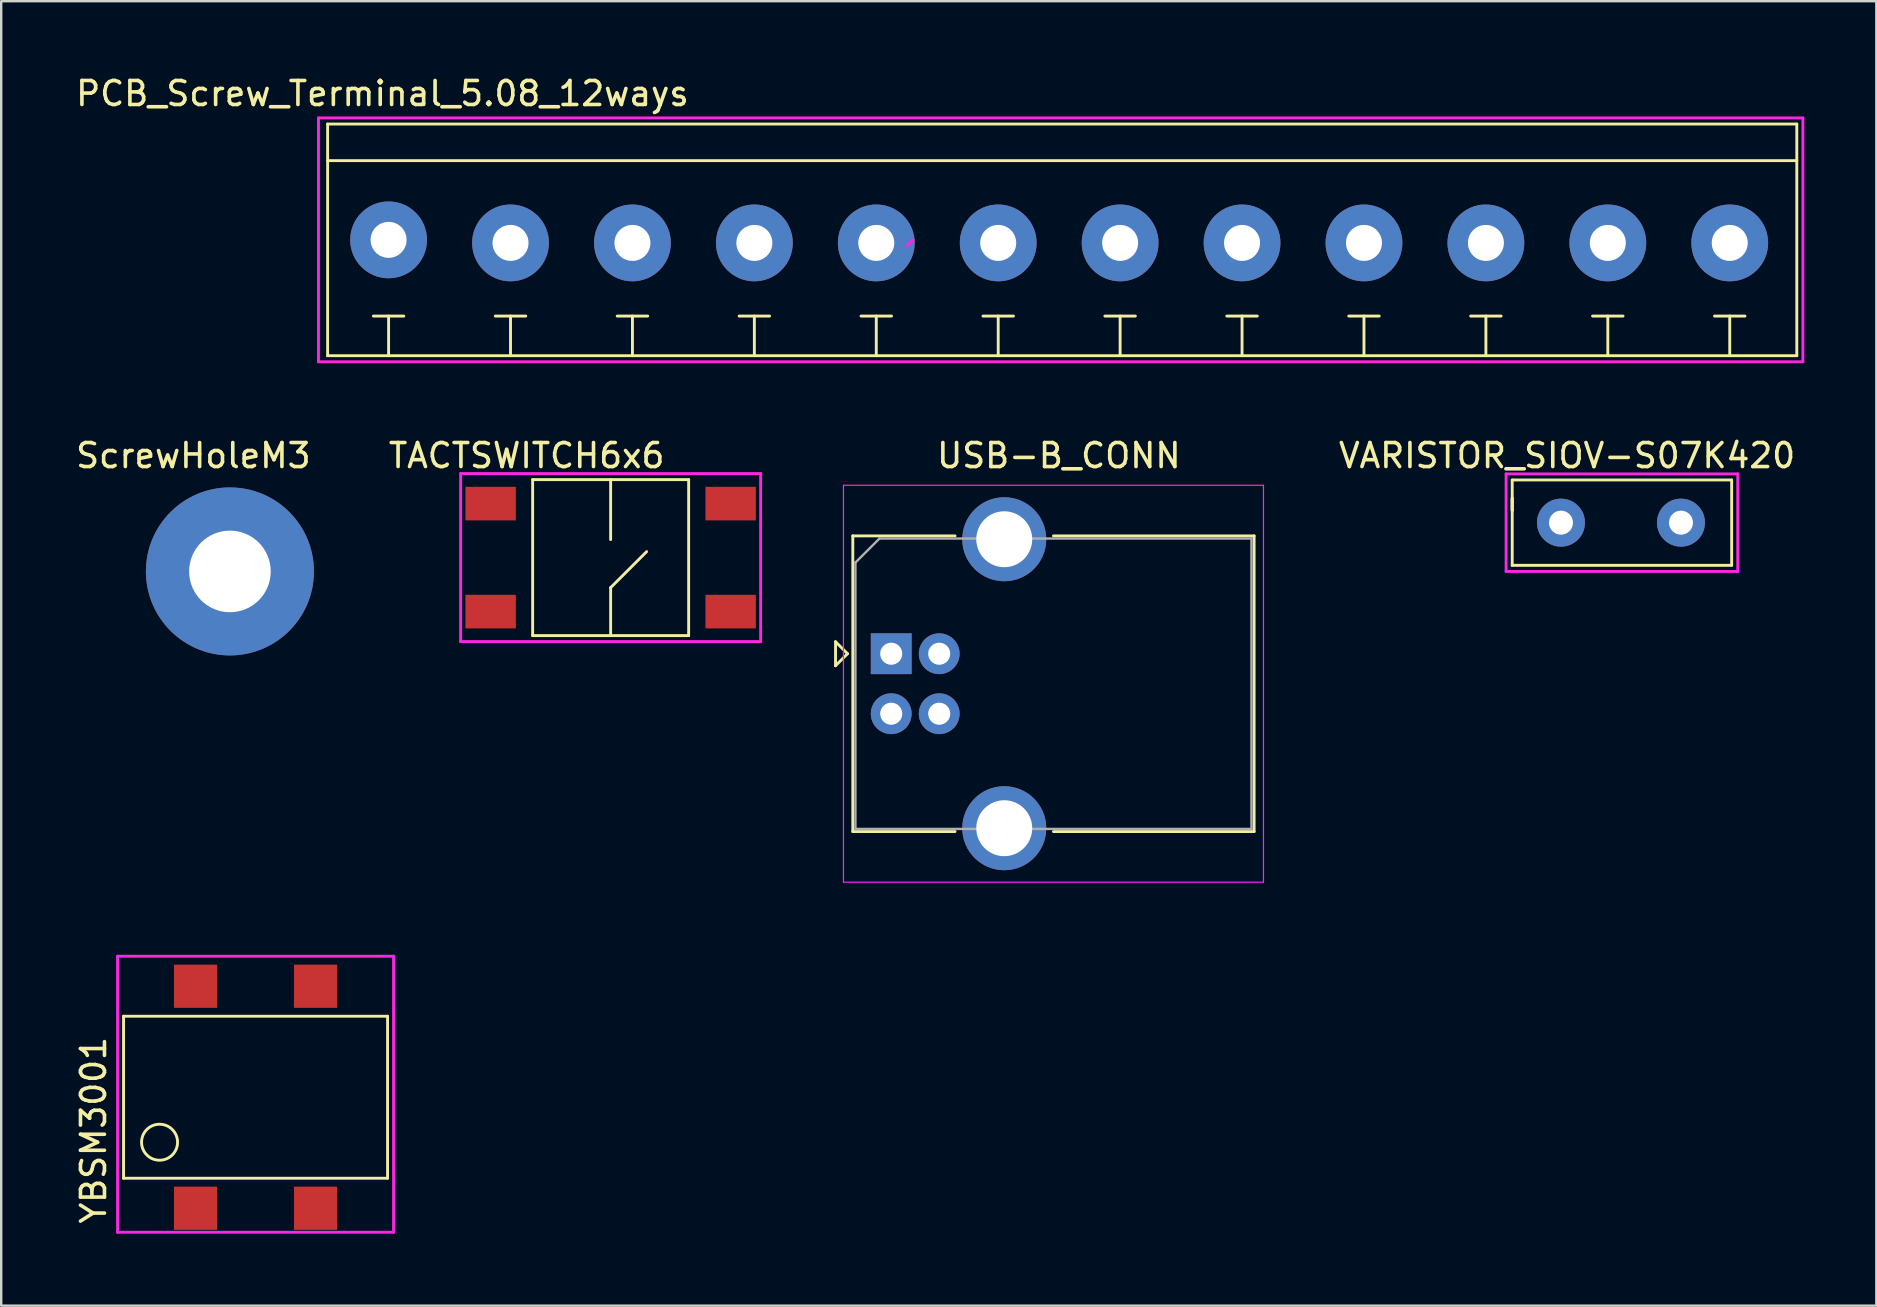
<source format=kicad_pcb>
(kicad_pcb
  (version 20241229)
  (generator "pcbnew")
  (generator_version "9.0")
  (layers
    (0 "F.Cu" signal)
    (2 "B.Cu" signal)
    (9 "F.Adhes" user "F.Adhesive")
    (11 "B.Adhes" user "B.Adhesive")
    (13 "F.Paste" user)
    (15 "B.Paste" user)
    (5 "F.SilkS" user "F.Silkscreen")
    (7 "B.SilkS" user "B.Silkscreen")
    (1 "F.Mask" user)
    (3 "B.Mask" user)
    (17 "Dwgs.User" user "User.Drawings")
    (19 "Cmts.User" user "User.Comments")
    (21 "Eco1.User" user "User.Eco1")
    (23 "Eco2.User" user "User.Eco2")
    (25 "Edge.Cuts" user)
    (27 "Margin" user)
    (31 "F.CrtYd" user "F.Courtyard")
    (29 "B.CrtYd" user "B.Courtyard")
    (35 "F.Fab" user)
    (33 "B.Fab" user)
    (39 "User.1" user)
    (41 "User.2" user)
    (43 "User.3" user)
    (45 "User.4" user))
  (footprint "USB-B_CONN"
    (layer "F.Cu")
    (at 34.083 24.188)
    (property "Reference" "USB-B_CONN" (at 6.985 -8.255 0) (layer "F.SilkS") (effects (font (size 1 1) (thickness 0.15))))
    (attr through_hole)
    (fp_line (start -2.32 -0.5) (end -2.32 0.5) (stroke (width 0.12) (type solid)) (layer "F.SilkS"))
    (fp_line (start -2.32 0.5) (end -1.82 0) (stroke (width 0.12) (type solid)) (layer "F.SilkS"))
    (fp_line (start -1.82 0) (end -2.32 -0.5) (stroke (width 0.12) (type solid)) (layer "F.SilkS"))
    (fp_line (start -1.6 -4.91) (end -1.6 7.41) (stroke (width 0.12) (type solid)) (layer "F.SilkS"))
    (fp_line (start -1.6 7.41) (end 2.66 7.41) (stroke (width 0.12) (type solid)) (layer "F.SilkS"))
    (fp_line (start 2.66 -4.91) (end -1.6 -4.91) (stroke (width 0.12) (type solid)) (layer "F.SilkS"))
    (fp_line (start 6.76 -4.91) (end 15.12 -4.91) (stroke (width 0.12) (type solid)) (layer "F.SilkS"))
    (fp_line (start 15.12 -4.91) (end 15.12 7.41) (stroke (width 0.12) (type solid)) (layer "F.SilkS"))
    (fp_line (start 15.12 7.41) (end 6.76 7.41) (stroke (width 0.12) (type solid)) (layer "F.SilkS"))
    (fp_line (start -1.99 -7.02) (end -1.99 9.52) (stroke (width 0.05) (type solid)) (layer "F.CrtYd"))
    (fp_line (start -1.99 9.52) (end 15.51 9.52) (stroke (width 0.05) (type solid)) (layer "F.CrtYd"))
    (fp_line (start 15.51 -7.02) (end -1.99 -7.02) (stroke (width 0.05) (type solid)) (layer "F.CrtYd"))
    (fp_line (start 15.51 9.52) (end 15.51 -7.02) (stroke (width 0.05) (type solid)) (layer "F.CrtYd"))
    (fp_line (start -1.49 -3.8) (end -0.49 -4.8) (stroke (width 0.1) (type solid)) (layer "F.Fab"))
    (fp_line (start -1.49 7.3) (end -1.49 -3.8) (stroke (width 0.1) (type solid)) (layer "F.Fab"))
    (fp_line (start -0.49 -4.8) (end 15.01 -4.8) (stroke (width 0.1) (type solid)) (layer "F.Fab"))
    (fp_line (start 15.01 -4.8) (end 15.01 7.3) (stroke (width 0.1) (type solid)) (layer "F.Fab"))
    (fp_line (start 15.01 7.3) (end -1.49 7.3) (stroke (width 0.1) (type solid)) (layer "F.Fab"))
    (pad "1" thru_hole rect (at 0 0) (size 1.7 1.7) (drill 0.92) (layers "*.Cu" "*.Mask"))
    (pad "2" thru_hole circle (at 0 2.5) (size 1.7 1.7) (drill 0.92) (layers "*.Cu" "*.Mask"))
    (pad "3" thru_hole circle (at 2 2.5) (size 1.7 1.7) (drill 0.92) (layers "*.Cu" "*.Mask"))
    (pad "4" thru_hole circle (at 2 0) (size 1.7 1.7) (drill 0.92) (layers "*.Cu" "*.Mask"))
    (pad "5" thru_hole circle (at 4.71 -4.77) (size 3.5 3.5) (drill 2.33) (layers "*.Cu" "*.Mask"))
    (pad "5" thru_hole circle (at 4.71 7.27) (size 3.5 3.5) (drill 2.33) (layers "*.Cu" "*.Mask")))
  (footprint "YBSM3001"
    (layer "F.Cu")
    (at 5.098 47.292)
    (property "Reference" "YBSM3001" (at -4.25 -3.25 90) (layer "F.SilkS") (effects (font (size 1 1) (thickness 0.15))))
    (attr through_hole)
    (fp_line (start -3 -8) (end -3 -1.25) (stroke (width 0.12) (type solid)) (layer "F.SilkS"))
    (fp_line (start -3 -1.25) (end 8 -1.25) (stroke (width 0.12) (type solid)) (layer "F.SilkS"))
    (fp_line (start 8 -8) (end -3 -8) (stroke (width 0.12) (type solid)) (layer "F.SilkS"))
    (fp_line (start 8 -1.25) (end 8 -8) (stroke (width 0.12) (type solid)) (layer "F.SilkS"))
    (fp_circle (center -1.5 -2.75) (end -1.5 -2) (stroke (width 0.12) (type solid)) (fill no) (layer "F.SilkS"))
    (fp_line (start -3.25 -10.5) (end -3.25 1) (stroke (width 0.12) (type solid)) (layer "F.CrtYd"))
    (fp_line (start -3.25 1) (end 8.25 1) (stroke (width 0.12) (type solid)) (layer "F.CrtYd"))
    (fp_line (start 8.25 -10.5) (end -3.25 -10.5) (stroke (width 0.12) (type solid)) (layer "F.CrtYd"))
    (fp_line (start 8.25 1) (end 8.25 -10.5) (stroke (width 0.12) (type solid)) (layer "F.CrtYd"))
    (pad "1" smd rect (at 0 0) (size 1.8 1.8) (layers "F.Cu" "F.Mask" "F.Paste"))
    (pad "2" smd rect (at 5 0) (size 1.8 1.8) (layers "F.Cu" "F.Mask" "F.Paste"))
    (pad "3" smd rect (at 5 -9.25) (size 1.8 1.8) (layers "F.Cu" "F.Mask" "F.Paste"))
    (pad "4" smd rect (at 0 -9.25) (size 1.8 1.8) (layers "F.Cu" "F.Mask" "F.Paste")))
  (footprint "ScrewHoleM3"
    (layer "F.Cu")
    (at 6.53 20.759)
    (property "Reference" "ScrewHoleM3" (at -1.524 -4.826 0) (layer "F.SilkS") (effects (font (size 1 1) (thickness 0.15))))
    (attr through_hole)
    (pad "1" thru_hole circle (at 0 0) (size 7 7) (drill 3.4) (layers "*.Cu" "*.Mask")))
  (footprint "VARISTOR_SIOV-S07K420"
    (layer "F.Cu")
    (at 61.989 18.727)
    (property "Reference" "VARISTOR_SIOV-S07K420" (at 0.254 -2.794 0) (layer "F.SilkS") (effects (font (size 1 1) (thickness 0.15))))
    (attr through_hole)
    (fp_line (start -2.032 -1.778) (end 7.112 -1.778) (stroke (width 0.12) (type solid)) (layer "F.SilkS"))
    (fp_line (start -2.032 -1.016) (end -2.032 -0.508) (stroke (width 0.12) (type solid)) (layer "F.SilkS"))
    (fp_line (start -2.032 -0.508) (end -2.032 -1.016) (stroke (width 0.12) (type solid)) (layer "F.SilkS"))
    (fp_line (start -2.032 1.778) (end -2.032 -1.778) (stroke (width 0.12) (type solid)) (layer "F.SilkS"))
    (fp_line (start 7.112 -1.778) (end 7.112 1.778) (stroke (width 0.12) (type solid)) (layer "F.SilkS"))
    (fp_line (start 7.112 1.778) (end -2.032 1.778) (stroke (width 0.12) (type solid)) (layer "F.SilkS"))
    (fp_line (start -2.286 -2.032) (end 7.366 -2.032) (stroke (width 0.12) (type solid)) (layer "F.CrtYd"))
    (fp_line (start -2.286 2.032) (end -2.286 -2.032) (stroke (width 0.12) (type solid)) (layer "F.CrtYd"))
    (fp_line (start 7.366 -2.032) (end 7.366 2.032) (stroke (width 0.12) (type solid)) (layer "F.CrtYd"))
    (fp_line (start 7.366 2.032) (end -2.286 2.032) (stroke (width 0.12) (type solid)) (layer "F.CrtYd"))
    (pad "1" thru_hole circle (at 0 0) (size 2 2) (drill 1) (layers "*.Cu" "*.Mask"))
    (pad "2" thru_hole circle (at 5 0) (size 2 2) (drill 1) (layers "*.Cu" "*.Mask")))
  (footprint "TACTSWITCH6x6"
    (layer "F.Cu")
    (at 22.393 20.433)
    (property "Reference" "TACTSWITCH6x6" (at -3.5 -4.5 0) (layer "F.SilkS") (effects (font (size 1 1) (thickness 0.15))))
    (attr through_hole)
    (fp_line (start -3.25 -3.5) (end -3.25 3) (stroke (width 0.12) (type solid)) (layer "F.SilkS"))
    (fp_line (start -3.25 -3.5) (end 3.25 -3.5) (stroke (width 0.12) (type solid)) (layer "F.SilkS"))
    (fp_line (start -3.25 3) (end 3.25 3) (stroke (width 0.12) (type solid)) (layer "F.SilkS"))
    (fp_line (start 0 -3.5) (end 0 -1) (stroke (width 0.12) (type solid)) (layer "F.SilkS"))
    (fp_line (start 0 1) (end 1.5 -0.5) (stroke (width 0.12) (type solid)) (layer "F.SilkS"))
    (fp_line (start 0 3) (end 0 1) (stroke (width 0.12) (type solid)) (layer "F.SilkS"))
    (fp_line (start 3.25 3) (end 3.25 -3.5) (stroke (width 0.12) (type solid)) (layer "F.SilkS"))
    (fp_line (start -6.25 -3.75) (end 6.25 -3.75) (stroke (width 0.12) (type solid)) (layer "F.CrtYd"))
    (fp_line (start -6.25 3.25) (end -6.25 -3.75) (stroke (width 0.12) (type solid)) (layer "F.CrtYd"))
    (fp_line (start 6.25 -3.75) (end 6.25 3.25) (stroke (width 0.12) (type solid)) (layer "F.CrtYd"))
    (fp_line (start 6.25 3.25) (end -6.25 3.25) (stroke (width 0.12) (type solid)) (layer "F.CrtYd"))
    (pad "1" smd rect (at -5 2) (size 2.1 1.4) (layers "F.Cu" "F.Mask" "F.Paste"))
    (pad "1" smd rect (at 5 2) (size 2.1 1.4) (layers "F.Cu" "F.Mask" "F.Paste"))
    (pad "2" smd rect (at -5 -2.5) (size 2.1 1.4) (layers "F.Cu" "F.Mask" "F.Paste"))
    (pad "2" smd rect (at 5 -2.5) (size 2.1 1.4) (layers "F.Cu" "F.Mask" "F.Paste")))
  (footprint "PCB_Screw_Terminal_5.08_12ways"
    (layer "F.Cu")
    (at 13.141 6.944)
    (property "Reference" "PCB_Screw_Terminal_5.08_12ways" (at -0.254 -6.096 0) (layer "F.SilkS") (effects (font (size 1 1) (thickness 0.15))))
    (attr through_hole)
    (fp_line (start -2.54 -4.826) (end 58.674 -4.826) (stroke (width 0.12) (type solid)) (layer "F.SilkS"))
    (fp_line (start -2.54 4.826) (end -2.54 -4.826) (stroke (width 0.12) (type solid)) (layer "F.SilkS"))
    (fp_line (start -0.635 3.175) (end 0.635 3.175) (stroke (width 0.12) (type solid)) (layer "F.SilkS"))
    (fp_line (start 0 3.175) (end 0 4.826) (stroke (width 0.12) (type solid)) (layer "F.SilkS"))
    (fp_line (start 5.08 4.826) (end 5.08 3.175) (stroke (width 0.12) (type solid)) (layer "F.SilkS"))
    (fp_line (start 5.715 3.175) (end 4.445 3.175) (stroke (width 0.12) (type solid)) (layer "F.SilkS"))
    (fp_line (start 10.16 4.826) (end 10.16 3.175) (stroke (width 0.12) (type solid)) (layer "F.SilkS"))
    (fp_line (start 10.795 3.175) (end 9.525 3.175) (stroke (width 0.12) (type solid)) (layer "F.SilkS"))
    (fp_line (start 15.24 4.826) (end 15.24 3.175) (stroke (width 0.12) (type solid)) (layer "F.SilkS"))
    (fp_line (start 15.875 3.175) (end 14.605 3.175) (stroke (width 0.12) (type solid)) (layer "F.SilkS"))
    (fp_line (start 19.685 3.175) (end 20.955 3.175) (stroke (width 0.12) (type solid)) (layer "F.SilkS"))
    (fp_line (start 20.32 3.175) (end 20.32 4.826) (stroke (width 0.12) (type solid)) (layer "F.SilkS"))
    (fp_line (start 25.4 4.826) (end 25.4 3.175) (stroke (width 0.12) (type solid)) (layer "F.SilkS"))
    (fp_line (start 26.035 3.175) (end 24.765 3.175) (stroke (width 0.12) (type solid)) (layer "F.SilkS"))
    (fp_line (start 30.48 4.826) (end 30.48 3.175) (stroke (width 0.12) (type solid)) (layer "F.SilkS"))
    (fp_line (start 31.115 3.175) (end 29.845 3.175) (stroke (width 0.12) (type solid)) (layer "F.SilkS"))
    (fp_line (start 35.56 4.826) (end 35.56 3.175) (stroke (width 0.12) (type solid)) (layer "F.SilkS"))
    (fp_line (start 36.195 3.175) (end 34.925 3.175) (stroke (width 0.12) (type solid)) (layer "F.SilkS"))
    (fp_line (start 40.64 4.826) (end 40.64 3.175) (stroke (width 0.12) (type solid)) (layer "F.SilkS"))
    (fp_line (start 41.275 3.175) (end 40.005 3.175) (stroke (width 0.12) (type solid)) (layer "F.SilkS"))
    (fp_line (start 45.72 4.826) (end 45.72 3.175) (stroke (width 0.12) (type solid)) (layer "F.SilkS"))
    (fp_line (start 46.355 3.175) (end 45.085 3.175) (stroke (width 0.12) (type solid)) (layer "F.SilkS"))
    (fp_line (start 50.8 4.826) (end 50.8 3.175) (stroke (width 0.12) (type solid)) (layer "F.SilkS"))
    (fp_line (start 51.435 3.175) (end 50.165 3.175) (stroke (width 0.12) (type solid)) (layer "F.SilkS"))
    (fp_line (start 55.88 4.826) (end 55.88 3.175) (stroke (width 0.12) (type solid)) (layer "F.SilkS"))
    (fp_line (start 56.515 3.175) (end 55.245 3.175) (stroke (width 0.12) (type solid)) (layer "F.SilkS"))
    (fp_line (start 58.674 -4.826) (end 58.674 4.826) (stroke (width 0.12) (type solid)) (layer "F.SilkS"))
    (fp_line (start 58.674 -3.302) (end -2.54 -3.302) (stroke (width 0.12) (type solid)) (layer "F.SilkS"))
    (fp_line (start 58.674 4.826) (end -2.54 4.826) (stroke (width 0.12) (type solid)) (layer "F.SilkS"))
    (fp_line (start -2.921 -5.08) (end 58.928 -5.08) (stroke (width 0.12) (type solid)) (layer "F.CrtYd"))
    (fp_line (start -2.921 5.08) (end -2.921 -5.08) (stroke (width 0.12) (type solid)) (layer "F.CrtYd"))
    (fp_line (start 21.844 0) (end 21.59 0.254) (stroke (width 0.12) (type solid)) (layer "F.CrtYd"))
    (fp_line (start 58.928 5.08) (end -2.921 5.08) (stroke (width 0.12) (type solid)) (layer "F.CrtYd"))
    (fp_line (start 58.928 5.08) (end 58.928 -5.08) (stroke (width 0.12) (type solid)) (layer "F.CrtYd"))
    (pad "1" thru_hole circle (at 0 0) (size 3.2 3.2) (drill 1.5) (layers "*.Cu" "*.Mask"))
    (pad "2" thru_hole circle (at 5.08 0.127) (size 3.2 3.2) (drill 1.5) (layers "*.Cu" "*.Mask"))
    (pad "3" thru_hole circle (at 10.16 0.127) (size 3.2 3.2) (drill 1.5) (layers "*.Cu" "*.Mask"))
    (pad "4" thru_hole circle (at 15.24 0.127) (size 3.2 3.2) (drill 1.5) (layers "*.Cu" "*.Mask"))
    (pad "5" thru_hole circle (at 20.32 0.127) (size 3.2 3.2) (drill 1.5) (layers "*.Cu" "*.Mask"))
    (pad "6" thru_hole circle (at 25.4 0.127) (size 3.2 3.2) (drill 1.5) (layers "*.Cu" "*.Mask"))
    (pad "7" thru_hole circle (at 30.48 0.127) (size 3.2 3.2) (drill 1.5) (layers "*.Cu" "*.Mask"))
    (pad "8" thru_hole circle (at 35.56 0.127) (size 3.2 3.2) (drill 1.5) (layers "*.Cu" "*.Mask"))
    (pad "9" thru_hole circle (at 40.64 0.127) (size 3.2 3.2) (drill 1.5) (layers "*.Cu" "*.Mask"))
    (pad "10" thru_hole circle (at 45.72 0.127) (size 3.2 3.2) (drill 1.5) (layers "*.Cu" "*.Mask"))
    (pad "11" thru_hole circle (at 50.8 0.127) (size 3.2 3.2) (drill 1.5) (layers "*.Cu" "*.Mask"))
    (pad "12" thru_hole circle (at 55.88 0.127) (size 3.2 3.2) (drill 1.5) (layers "*.Cu" "*.Mask")))
  (gr_rect
    (start -3 -3)
    (end 75.129 51.352)
    (stroke (width 0.1) (type default))
    (fill no)
    (layer "Edge.Cuts")))
</source>
